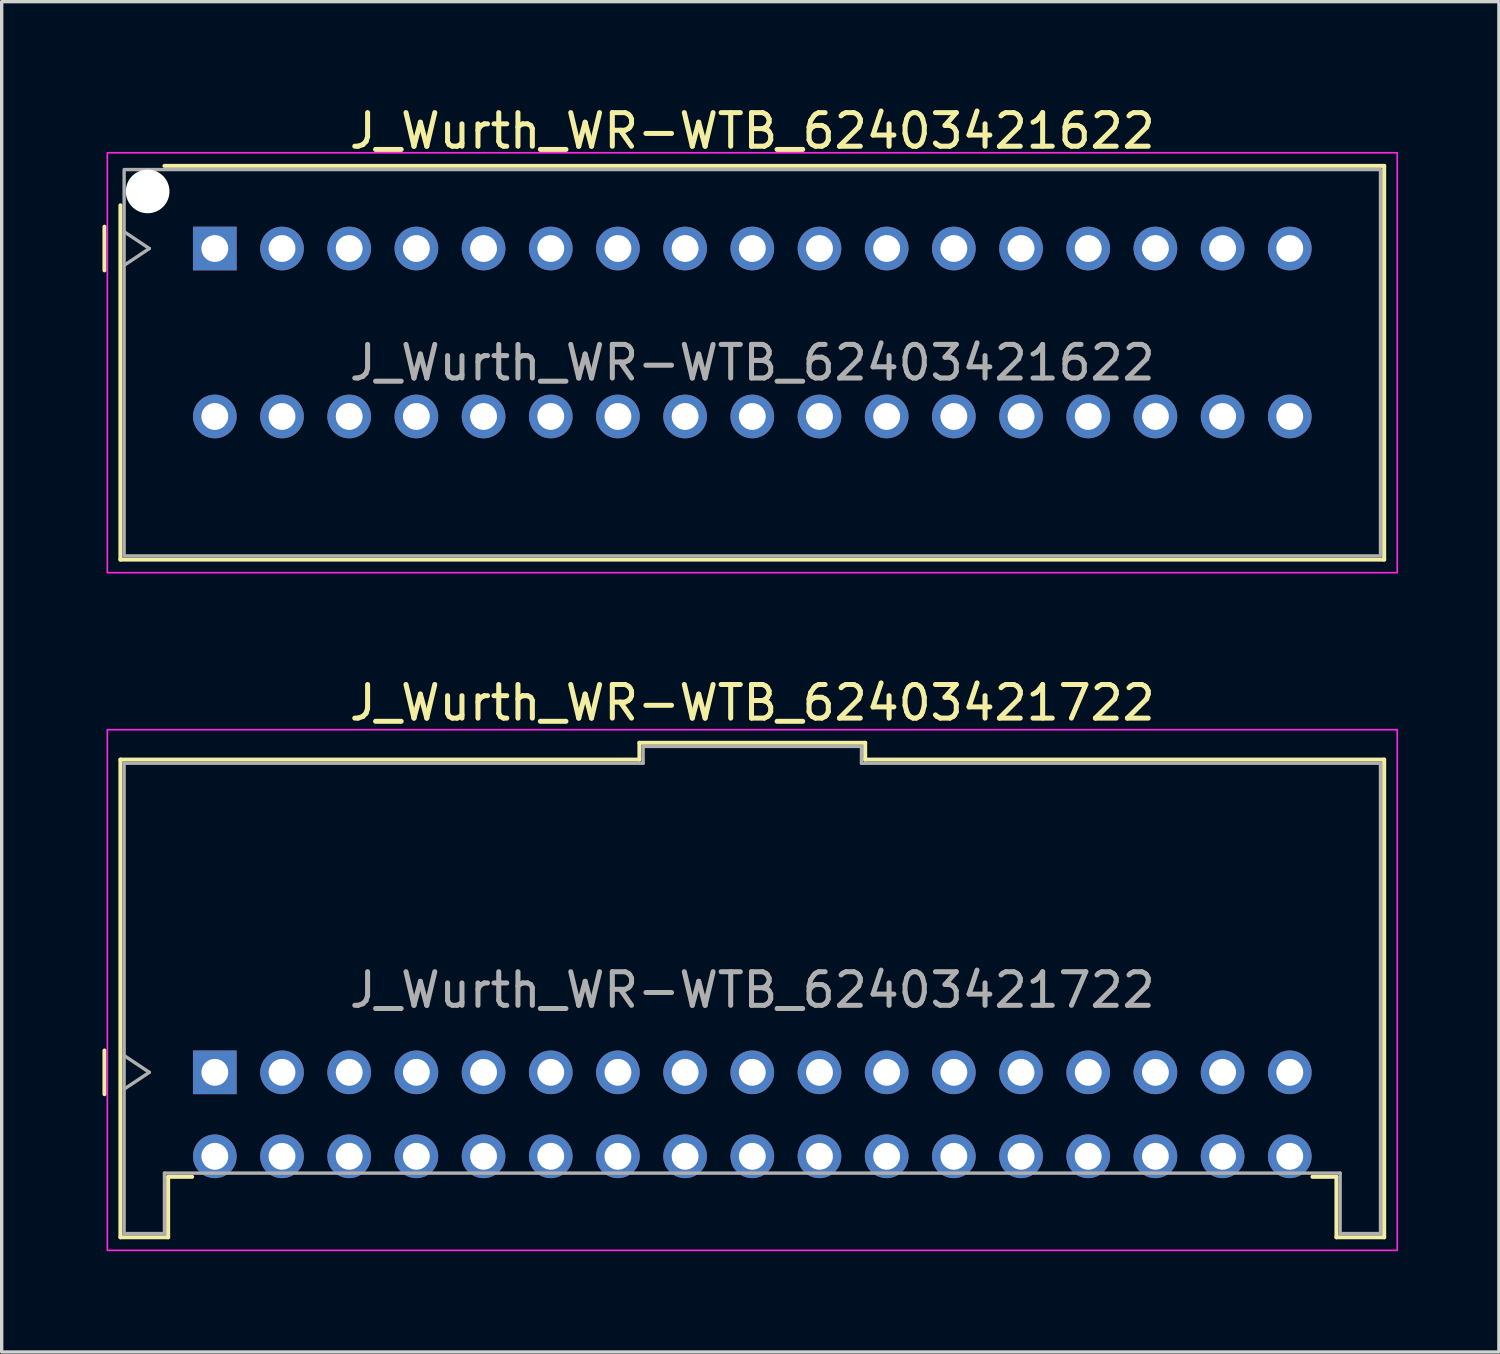
<source format=kicad_pcb>
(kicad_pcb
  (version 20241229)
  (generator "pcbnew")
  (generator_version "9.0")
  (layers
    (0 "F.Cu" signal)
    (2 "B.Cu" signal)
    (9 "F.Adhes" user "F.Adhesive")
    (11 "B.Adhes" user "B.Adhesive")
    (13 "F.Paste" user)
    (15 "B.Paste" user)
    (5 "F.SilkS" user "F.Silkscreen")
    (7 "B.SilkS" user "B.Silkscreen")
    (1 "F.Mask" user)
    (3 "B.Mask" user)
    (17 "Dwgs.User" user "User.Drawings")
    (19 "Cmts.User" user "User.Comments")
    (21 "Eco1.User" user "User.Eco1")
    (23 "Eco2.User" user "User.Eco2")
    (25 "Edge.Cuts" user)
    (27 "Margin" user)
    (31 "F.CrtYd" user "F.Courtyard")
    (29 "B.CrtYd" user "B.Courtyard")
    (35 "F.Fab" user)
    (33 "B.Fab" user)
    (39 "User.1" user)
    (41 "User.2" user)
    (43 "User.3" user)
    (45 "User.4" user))
  (footprint "J_Wurth_WR-WTB_62403421722"
    (layer "F.Cu")
    (at 3.345 28.872)
    (property "Reference" "J_Wurth_WR-WTB_62403421722" (at 16 -11 0) (unlocked yes) (layer "F.SilkS") (effects (font (size 1 1) (thickness 0.15))))
    (attr through_hole)
    (fp_line (start -3.285 -0.65) (end -3.285 0.65) (stroke (width 0.12) (type solid)) (layer "F.SilkS"))
    (fp_line (start -2.81 -9.31) (end 12.64 -9.31) (stroke (width 0.12) (type solid)) (layer "F.SilkS"))
    (fp_line (start -2.81 4.91) (end -2.81 -9.31) (stroke (width 0.12) (type default)) (layer "F.SilkS"))
    (fp_line (start -2.81 4.91) (end -1.39 4.91) (stroke (width 0.12) (type solid)) (layer "F.SilkS"))
    (fp_line (start -1.39 4.91) (end -1.39 3.11) (stroke (width 0.12) (type solid)) (layer "F.SilkS"))
    (fp_line (start -0.675 3.11) (end -1.39 3.11) (stroke (width 0.12) (type default)) (layer "F.SilkS"))
    (fp_line (start 12.64 -9.31) (end 12.64 -9.81) (stroke (width 0.12) (type solid)) (layer "F.SilkS"))
    (fp_line (start 19.36 -9.81) (end 12.64 -9.81) (stroke (width 0.12) (type default)) (layer "F.SilkS"))
    (fp_line (start 19.36 -9.31) (end 19.36 -9.81) (stroke (width 0.12) (type solid)) (layer "F.SilkS"))
    (fp_line (start 33.39 3.11) (end 32.675 3.11) (stroke (width 0.12) (type default)) (layer "F.SilkS"))
    (fp_line (start 33.39 4.91) (end 33.39 3.11) (stroke (width 0.12) (type solid)) (layer "F.SilkS"))
    (fp_line (start 34.81 -9.31) (end 19.36 -9.31) (stroke (width 0.12) (type solid)) (layer "F.SilkS"))
    (fp_line (start 34.81 -9.31) (end 34.81 4.91) (stroke (width 0.12) (type default)) (layer "F.SilkS"))
    (fp_line (start 34.81 4.91) (end 33.39 4.91) (stroke (width 0.12) (type solid)) (layer "F.SilkS"))
    (fp_rect (start -3.2 -10.2) (end 35.2 5.3) (stroke (width 0.05) (type solid)) (fill no) (layer "F.CrtYd"))
    (fp_line (start -2.7 -9.2) (end 12.75 -9.2) (stroke (width 0.1) (type solid)) (layer "F.Fab"))
    (fp_line (start -2.7 4.8) (end -2.7 -9.2) (stroke (width 0.1) (type default)) (layer "F.Fab"))
    (fp_line (start -2.7 4.8) (end -1.5 4.8) (stroke (width 0.1) (type solid)) (layer "F.Fab"))
    (fp_line (start -1.95 0) (end -2.7 -0.5) (stroke (width 0.1) (type solid)) (layer "F.Fab"))
    (fp_line (start -1.95 0) (end -2.7 0.5) (stroke (width 0.1) (type solid)) (layer "F.Fab"))
    (fp_line (start -1.5 4.8) (end -1.5 3) (stroke (width 0.1) (type solid)) (layer "F.Fab"))
    (fp_line (start 12.75 -9.2) (end 12.75 -9.7) (stroke (width 0.1) (type solid)) (layer "F.Fab"))
    (fp_line (start 19.25 -9.7) (end 12.75 -9.7) (stroke (width 0.1) (type default)) (layer "F.Fab"))
    (fp_line (start 19.25 -9.2) (end 19.25 -9.7) (stroke (width 0.1) (type solid)) (layer "F.Fab"))
    (fp_line (start 33.5 3) (end -1.5 3) (stroke (width 0.1) (type default)) (layer "F.Fab"))
    (fp_line (start 33.5 4.8) (end 33.5 3) (stroke (width 0.1) (type solid)) (layer "F.Fab"))
    (fp_line (start 34.7 -9.2) (end 19.25 -9.2) (stroke (width 0.1) (type solid)) (layer "F.Fab"))
    (fp_line (start 34.7 -9.2) (end 34.7 4.8) (stroke (width 0.1) (type default)) (layer "F.Fab"))
    (fp_line (start 34.7 4.8) (end 33.5 4.8) (stroke (width 0.1) (type solid)) (layer "F.Fab"))
    (fp_text user "${REFERENCE}" (at 16 -2.45 0) (unlocked yes) (layer "F.Fab") (effects (font (size 1 1) (thickness 0.15))))
    (pad "1" thru_hole rect (at 0 0 180) (size 1.3 1.3) (drill 0.8) (layers "*.Cu" "*.Mask"))
    (pad "2" thru_hole circle (at 0 2.5 180) (size 1.3 1.3) (drill 0.8) (layers "*.Cu" "*.Mask"))
    (pad "3" thru_hole circle (at 2 0 180) (size 1.3 1.3) (drill 0.8) (layers "*.Cu" "*.Mask"))
    (pad "4" thru_hole circle (at 2 2.5 180) (size 1.3 1.3) (drill 0.8) (layers "*.Cu" "*.Mask"))
    (pad "5" thru_hole circle (at 4 0 180) (size 1.3 1.3) (drill 0.8) (layers "*.Cu" "*.Mask"))
    (pad "6" thru_hole circle (at 4 2.5 180) (size 1.3 1.3) (drill 0.8) (layers "*.Cu" "*.Mask"))
    (pad "7" thru_hole circle (at 6 2.5 180) (size 1.3 1.3) (drill 0.8) (layers "*.Cu" "*.Mask"))
    (pad "8" thru_hole circle (at 6 0 180) (size 1.3 1.3) (drill 0.8) (layers "*.Cu" "*.Mask"))
    (pad "9" thru_hole circle (at 8 2.5 180) (size 1.3 1.3) (drill 0.8) (layers "*.Cu" "*.Mask"))
    (pad "10" thru_hole circle (at 8 0 180) (size 1.3 1.3) (drill 0.8) (layers "*.Cu" "*.Mask"))
    (pad "11" thru_hole circle (at 10 2.5 180) (size 1.3 1.3) (drill 0.8) (layers "*.Cu" "*.Mask"))
    (pad "12" thru_hole circle (at 10 0 180) (size 1.3 1.3) (drill 0.8) (layers "*.Cu" "*.Mask"))
    (pad "13" thru_hole circle (at 12 2.5 180) (size 1.3 1.3) (drill 0.8) (layers "*.Cu" "*.Mask"))
    (pad "14" thru_hole circle (at 12 0 180) (size 1.3 1.3) (drill 0.8) (layers "*.Cu" "*.Mask"))
    (pad "15" thru_hole circle (at 14 2.5 180) (size 1.3 1.3) (drill 0.8) (layers "*.Cu" "*.Mask"))
    (pad "16" thru_hole circle (at 14 0 180) (size 1.3 1.3) (drill 0.8) (layers "*.Cu" "*.Mask"))
    (pad "17" thru_hole circle (at 16 2.5 180) (size 1.3 1.3) (drill 0.8) (layers "*.Cu" "*.Mask"))
    (pad "18" thru_hole circle (at 16 0 180) (size 1.3 1.3) (drill 0.8) (layers "*.Cu" "*.Mask"))
    (pad "19" thru_hole circle (at 18 2.5 180) (size 1.3 1.3) (drill 0.8) (layers "*.Cu" "*.Mask"))
    (pad "20" thru_hole circle (at 18 0 180) (size 1.3 1.3) (drill 0.8) (layers "*.Cu" "*.Mask"))
    (pad "21" thru_hole circle (at 20 2.5 180) (size 1.3 1.3) (drill 0.8) (layers "*.Cu" "*.Mask"))
    (pad "22" thru_hole circle (at 20 0 180) (size 1.3 1.3) (drill 0.8) (layers "*.Cu" "*.Mask"))
    (pad "23" thru_hole circle (at 22 2.5 180) (size 1.3 1.3) (drill 0.8) (layers "*.Cu" "*.Mask"))
    (pad "24" thru_hole circle (at 22 0 180) (size 1.3 1.3) (drill 0.8) (layers "*.Cu" "*.Mask"))
    (pad "25" thru_hole circle (at 24 2.5 180) (size 1.3 1.3) (drill 0.8) (layers "*.Cu" "*.Mask"))
    (pad "26" thru_hole circle (at 24 0 180) (size 1.3 1.3) (drill 0.8) (layers "*.Cu" "*.Mask"))
    (pad "27" thru_hole circle (at 26 2.5 180) (size 1.3 1.3) (drill 0.8) (layers "*.Cu" "*.Mask"))
    (pad "28" thru_hole circle (at 26 0 180) (size 1.3 1.3) (drill 0.8) (layers "*.Cu" "*.Mask"))
    (pad "29" thru_hole circle (at 28 2.5 180) (size 1.3 1.3) (drill 0.8) (layers "*.Cu" "*.Mask"))
    (pad "30" thru_hole circle (at 28 0 180) (size 1.3 1.3) (drill 0.8) (layers "*.Cu" "*.Mask"))
    (pad "31" thru_hole circle (at 30 2.5 180) (size 1.3 1.3) (drill 0.8) (layers "*.Cu" "*.Mask"))
    (pad "32" thru_hole circle (at 30 0 180) (size 1.3 1.3) (drill 0.8) (layers "*.Cu" "*.Mask"))
    (pad "33" thru_hole circle (at 32 2.5 180) (size 1.3 1.3) (drill 0.8) (layers "*.Cu" "*.Mask"))
    (pad "34" thru_hole circle (at 32 0 180) (size 1.3 1.3) (drill 0.8) (layers "*.Cu" "*.Mask")))
  (footprint "J_Wurth_WR-WTB_62403421622"
    (layer "F.Cu")
    (at 3.345 4.348)
    (property "Reference" "J_Wurth_WR-WTB_62403421622" (at 16 -3.5 0) (unlocked yes) (layer "F.SilkS") (effects (font (size 1 1) (thickness 0.15))))
    (attr through_hole)
    (fp_line (start -3.285 -0.65) (end -3.285 0.65) (stroke (width 0.12) (type solid)) (layer "F.SilkS"))
    (fp_line (start -2.81 9.26) (end -2.81 -1.285) (stroke (width 0.12) (type default)) (layer "F.SilkS"))
    (fp_line (start -1.5 -2.46) (end 34.81 -2.46) (stroke (width 0.12) (type default)) (layer "F.SilkS"))
    (fp_line (start 34.81 -2.46) (end 34.81 9.26) (stroke (width 0.12) (type solid)) (layer "F.SilkS"))
    (fp_line (start 34.81 9.26) (end -2.81 9.26) (stroke (width 0.12) (type default)) (layer "F.SilkS"))
    (fp_rect (start -3.2 -2.85) (end 35.2 9.65) (stroke (width 0.05) (type solid)) (fill no) (layer "F.CrtYd"))
    (fp_line (start -1.95 0) (end -2.7 -0.5) (stroke (width 0.1) (type solid)) (layer "F.Fab"))
    (fp_line (start -1.95 0) (end -2.7 0.5) (stroke (width 0.1) (type solid)) (layer "F.Fab"))
    (fp_rect (start -2.7 -2.35) (end 34.7 9.15) (stroke (width 0.1) (type solid)) (fill no) (layer "F.Fab"))
    (fp_text user "${REFERENCE}" (at 16 3.4 0) (unlocked yes) (layer "F.Fab") (effects (font (size 1 1) (thickness 0.15))))
    (pad "" np_thru_hole circle (at -2 -1.7) (size 1.3 1.3) (drill 1.3) (layers "*.Cu" "*.Mask"))
    (pad "1" thru_hole rect (at 0 0) (size 1.3 1.3) (drill 0.8) (layers "*.Cu" "*.Mask"))
    (pad "2" thru_hole circle (at 0 5) (size 1.3 1.3) (drill 0.8) (layers "*.Cu" "*.Mask"))
    (pad "3" thru_hole circle (at 2 0) (size 1.3 1.3) (drill 0.8) (layers "*.Cu" "*.Mask"))
    (pad "4" thru_hole circle (at 2 5) (size 1.3 1.3) (drill 0.8) (layers "*.Cu" "*.Mask"))
    (pad "5" thru_hole circle (at 4 0) (size 1.3 1.3) (drill 0.8) (layers "*.Cu" "*.Mask"))
    (pad "6" thru_hole circle (at 4 5) (size 1.3 1.3) (drill 0.8) (layers "*.Cu" "*.Mask"))
    (pad "7" thru_hole circle (at 6 0) (size 1.3 1.3) (drill 0.8) (layers "*.Cu" "*.Mask"))
    (pad "8" thru_hole circle (at 6 5) (size 1.3 1.3) (drill 0.8) (layers "*.Cu" "*.Mask"))
    (pad "9" thru_hole circle (at 8 0) (size 1.3 1.3) (drill 0.8) (layers "*.Cu" "*.Mask"))
    (pad "10" thru_hole circle (at 8 5) (size 1.3 1.3) (drill 0.8) (layers "*.Cu" "*.Mask"))
    (pad "11" thru_hole circle (at 10 0) (size 1.3 1.3) (drill 0.8) (layers "*.Cu" "*.Mask"))
    (pad "12" thru_hole circle (at 10 5) (size 1.3 1.3) (drill 0.8) (layers "*.Cu" "*.Mask"))
    (pad "13" thru_hole circle (at 12 0) (size 1.3 1.3) (drill 0.8) (layers "*.Cu" "*.Mask"))
    (pad "14" thru_hole circle (at 12 5) (size 1.3 1.3) (drill 0.8) (layers "*.Cu" "*.Mask"))
    (pad "15" thru_hole circle (at 14 0) (size 1.3 1.3) (drill 0.8) (layers "*.Cu" "*.Mask"))
    (pad "16" thru_hole circle (at 14 5) (size 1.3 1.3) (drill 0.8) (layers "*.Cu" "*.Mask"))
    (pad "17" thru_hole circle (at 16 0) (size 1.3 1.3) (drill 0.8) (layers "*.Cu" "*.Mask"))
    (pad "18" thru_hole circle (at 16 5) (size 1.3 1.3) (drill 0.8) (layers "*.Cu" "*.Mask"))
    (pad "19" thru_hole circle (at 18 0) (size 1.3 1.3) (drill 0.8) (layers "*.Cu" "*.Mask"))
    (pad "20" thru_hole circle (at 18 5) (size 1.3 1.3) (drill 0.8) (layers "*.Cu" "*.Mask"))
    (pad "21" thru_hole circle (at 20 0) (size 1.3 1.3) (drill 0.8) (layers "*.Cu" "*.Mask"))
    (pad "22" thru_hole circle (at 20 5) (size 1.3 1.3) (drill 0.8) (layers "*.Cu" "*.Mask"))
    (pad "23" thru_hole circle (at 22 0) (size 1.3 1.3) (drill 0.8) (layers "*.Cu" "*.Mask"))
    (pad "24" thru_hole circle (at 22 5) (size 1.3 1.3) (drill 0.8) (layers "*.Cu" "*.Mask"))
    (pad "25" thru_hole circle (at 24 0) (size 1.3 1.3) (drill 0.8) (layers "*.Cu" "*.Mask"))
    (pad "26" thru_hole circle (at 24 5) (size 1.3 1.3) (drill 0.8) (layers "*.Cu" "*.Mask"))
    (pad "27" thru_hole circle (at 26 0) (size 1.3 1.3) (drill 0.8) (layers "*.Cu" "*.Mask"))
    (pad "28" thru_hole circle (at 26 5) (size 1.3 1.3) (drill 0.8) (layers "*.Cu" "*.Mask"))
    (pad "29" thru_hole circle (at 28 0) (size 1.3 1.3) (drill 0.8) (layers "*.Cu" "*.Mask"))
    (pad "30" thru_hole circle (at 28 5) (size 1.3 1.3) (drill 0.8) (layers "*.Cu" "*.Mask"))
    (pad "31" thru_hole circle (at 30 0) (size 1.3 1.3) (drill 0.8) (layers "*.Cu" "*.Mask"))
    (pad "32" thru_hole circle (at 30 5) (size 1.3 1.3) (drill 0.8) (layers "*.Cu" "*.Mask"))
    (pad "33" thru_hole circle (at 32 0) (size 1.3 1.3) (drill 0.8) (layers "*.Cu" "*.Mask"))
    (pad "34" thru_hole circle (at 32 5) (size 1.3 1.3) (drill 0.8) (layers "*.Cu" "*.Mask")))
  (gr_rect
    (start -3 -3)
    (end 41.57 37.197)
    (stroke (width 0.1) (type default))
    (fill no)
    (layer "Edge.Cuts")))
</source>
